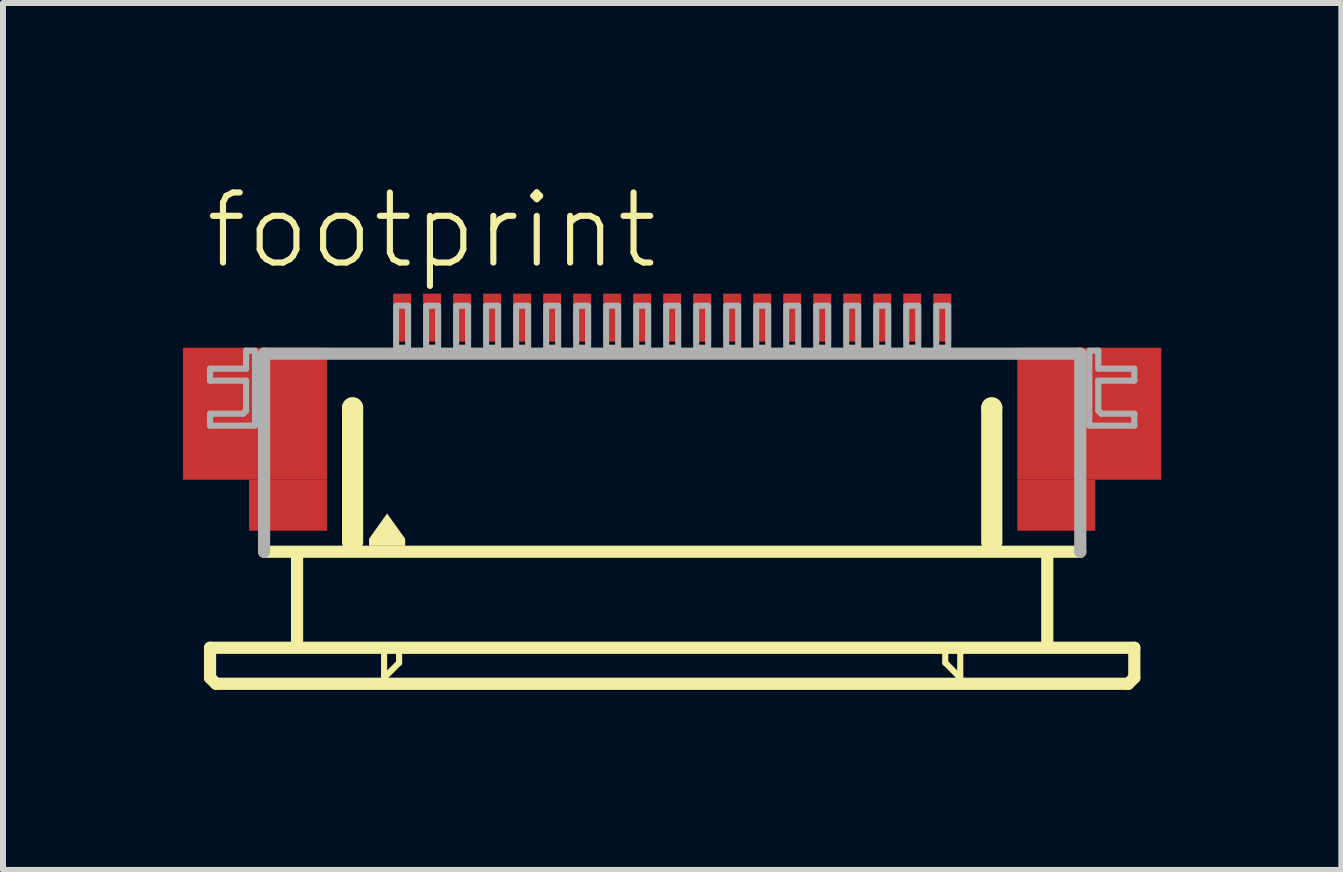
<source format=kicad_pcb>
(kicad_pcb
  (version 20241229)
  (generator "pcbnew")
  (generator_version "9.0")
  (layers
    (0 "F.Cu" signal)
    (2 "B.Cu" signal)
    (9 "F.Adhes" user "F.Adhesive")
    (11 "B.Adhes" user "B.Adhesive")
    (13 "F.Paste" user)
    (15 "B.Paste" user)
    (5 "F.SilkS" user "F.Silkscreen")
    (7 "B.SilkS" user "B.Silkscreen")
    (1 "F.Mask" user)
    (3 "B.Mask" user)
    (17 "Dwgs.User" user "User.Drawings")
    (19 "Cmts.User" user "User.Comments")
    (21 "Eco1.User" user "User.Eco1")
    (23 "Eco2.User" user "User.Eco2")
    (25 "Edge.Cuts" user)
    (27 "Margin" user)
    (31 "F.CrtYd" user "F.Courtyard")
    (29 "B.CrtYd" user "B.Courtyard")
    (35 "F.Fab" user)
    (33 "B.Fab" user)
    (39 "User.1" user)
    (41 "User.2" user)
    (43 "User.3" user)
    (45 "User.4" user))
  (footprint "footprint"
    (layer "F.Cu")
    (at 8.15 4.743)
    (property "Reference" "footprint" (at -7.83 -3.27 0) (layer "F.SilkS") (effects (font (size 1.168 1.168) (thickness 0.102)) (justify left bottom)))
    (fp_poly (pts (xy -8.15 0.2) (xy -5.75 0.2) (xy -5.75 -2) (xy -8.15 -2)) (stroke (width 0) (type solid)) (fill yes) (layer "F.Cu"))
    (fp_poly (pts (xy -7.05 1.05) (xy -5.75 1.05) (xy -5.75 0.2) (xy -7.05 0.2)) (stroke (width 0) (type solid)) (fill yes) (layer "F.Cu"))
    (fp_poly (pts (xy 5.75 0.2) (xy 8.15 0.2) (xy 8.15 -2) (xy 5.75 -2)) (stroke (width 0) (type solid)) (fill yes) (layer "F.Cu"))
    (fp_poly (pts (xy 5.75 1.05) (xy 7.05 1.05) (xy 7.05 0.2) (xy 5.75 0.2)) (stroke (width 0) (type solid)) (fill yes) (layer "F.Cu"))
    (fp_poly (pts (xy -8.15 0.2) (xy -7 0.2) (xy -7 -2) (xy -8.15 -2)) (stroke (width 0) (type solid)) (fill yes) (layer "F.Mask"))
    (fp_poly (pts (xy -7.05 1.05) (xy -5.75 1.05) (xy -5.75 -2) (xy -7.05 -2)) (stroke (width 0) (type solid)) (fill yes) (layer "F.Mask"))
    (fp_poly (pts (xy 7.05 -2) (xy 5.75 -2) (xy 5.75 1.05) (xy 7.05 1.05)) (stroke (width 0) (type solid)) (fill yes) (layer "F.Mask"))
    (fp_poly (pts (xy 8.15 -2) (xy 7 -2) (xy 7 0.2) (xy 8.15 0.2)) (stroke (width 0) (type solid)) (fill yes) (layer "F.Mask"))
    (fp_line (start -7.7 3) (end -7.7 3.5) (stroke (width 0.203) (type solid)) (layer "F.SilkS"))
    (fp_line (start -7.7 3.5) (end -7.6 3.6) (stroke (width 0.203) (type solid)) (layer "F.SilkS"))
    (fp_line (start -7.6 3.6) (end 7.6 3.6) (stroke (width 0.203) (type solid)) (layer "F.SilkS"))
    (fp_line (start -6.25 1.5) (end -6.25 2.9) (stroke (width 0.203) (type solid)) (layer "F.SilkS"))
    (fp_line (start -5.4 1.25) (end -5.4 -1) (stroke (width 0.203) (type solid)) (layer "F.SilkS"))
    (fp_line (start -5.25 -1) (end -5.25 1.25) (stroke (width 0.203) (type solid)) (layer "F.SilkS"))
    (fp_line (start -4.8 3.1) (end -4.8 3.5) (stroke (width 0.102) (type solid)) (layer "F.SilkS"))
    (fp_line (start -4.8 3.5) (end -4.55 3.25) (stroke (width 0.102) (type solid)) (layer "F.SilkS"))
    (fp_line (start -4.55 3.25) (end -4.55 3.1) (stroke (width 0.102) (type solid)) (layer "F.SilkS"))
    (fp_line (start 4.55 3.1) (end 4.55 3.25) (stroke (width 0.102) (type solid)) (layer "F.SilkS"))
    (fp_line (start 4.55 3.25) (end 4.8 3.5) (stroke (width 0.102) (type solid)) (layer "F.SilkS"))
    (fp_line (start 4.8 3.5) (end 4.8 3.1) (stroke (width 0.102) (type solid)) (layer "F.SilkS"))
    (fp_line (start 5.25 1.25) (end 5.25 -1) (stroke (width 0.203) (type solid)) (layer "F.SilkS"))
    (fp_line (start 5.4 -1) (end 5.4 1.25) (stroke (width 0.203) (type solid)) (layer "F.SilkS"))
    (fp_line (start 6.25 1.5) (end 6.25 2.9) (stroke (width 0.203) (type solid)) (layer "F.SilkS"))
    (fp_line (start 6.8 1.4) (end -6.8 1.4) (stroke (width 0.203) (type solid)) (layer "F.SilkS"))
    (fp_line (start 7.6 3.6) (end 7.7 3.5) (stroke (width 0.203) (type solid)) (layer "F.SilkS"))
    (fp_line (start 7.7 3) (end -7.7 3) (stroke (width 0.203) (type solid)) (layer "F.SilkS"))
    (fp_line (start 7.7 3.5) (end 7.7 3) (stroke (width 0.203) (type solid)) (layer "F.SilkS"))
    (fp_arc (start -5.4 -1) (mid -5.325 -1.075) (end -5.25 -1) (stroke (width 0.2032) (type solid)) (layer "F.SilkS"))
    (fp_arc (start 5.25 -1) (mid 5.325 -1.075) (end 5.4 -1) (stroke (width 0.2032) (type solid)) (layer "F.SilkS"))
    (fp_poly (pts (xy -4.449 1.184) (xy -4.449 1.301) (xy -5.051 1.301) (xy -5.051 1.184) (xy -4.75 0.763)) (stroke (width 0) (type solid)) (fill yes) (layer "F.SilkS"))
    (fp_poly (pts (xy -7.95 0.05) (xy -5.95 0.05) (xy -5.95 -1.85) (xy -7.95 -1.85)) (stroke (width 0) (type solid)) (fill yes) (layer "F.Paste"))
    (fp_poly (pts (xy 7.95 -1.85) (xy 5.95 -1.85) (xy 5.95 0.05) (xy 7.95 0.05)) (stroke (width 0) (type solid)) (fill yes) (layer "F.Paste"))
    (fp_line (start -7.7 -1.65) (end -7.7 -1.45) (stroke (width 0.102) (type solid)) (layer "F.Fab"))
    (fp_line (start -7.7 -1.45) (end -7.1 -1.45) (stroke (width 0.102) (type solid)) (layer "F.Fab"))
    (fp_line (start -7.7 -0.9) (end -7.7 -0.7) (stroke (width 0.102) (type solid)) (layer "F.Fab"))
    (fp_line (start -7.7 -0.7) (end -6.95 -0.7) (stroke (width 0.102) (type solid)) (layer "F.Fab"))
    (fp_line (start -7.15 -0.9) (end -7.7 -0.9) (stroke (width 0.102) (type solid)) (layer "F.Fab"))
    (fp_line (start -7.1 -1.95) (end -7.1 -1.65) (stroke (width 0.102) (type solid)) (layer "F.Fab"))
    (fp_line (start -7.1 -1.65) (end -7.7 -1.65) (stroke (width 0.102) (type solid)) (layer "F.Fab"))
    (fp_line (start -7.1 -1.45) (end -7.1 -0.95) (stroke (width 0.102) (type solid)) (layer "F.Fab"))
    (fp_line (start -7.1 -0.95) (end -7.15 -0.9) (stroke (width 0.102) (type solid)) (layer "F.Fab"))
    (fp_line (start -6.95 -1.95) (end -7.1 -1.95) (stroke (width 0.102) (type solid)) (layer "F.Fab"))
    (fp_line (start -6.95 -0.7) (end -6.95 -1.9) (stroke (width 0.102) (type solid)) (layer "F.Fab"))
    (fp_line (start -6.8 -1.9) (end 6.8 -1.9) (stroke (width 0.203) (type solid)) (layer "F.Fab"))
    (fp_line (start -6.8 1.4) (end -6.8 -1.9) (stroke (width 0.203) (type solid)) (layer "F.Fab"))
    (fp_line (start 6.8 -1.9) (end 6.8 1.4) (stroke (width 0.203) (type solid)) (layer "F.Fab"))
    (fp_line (start 6.95 -1.95) (end 7.1 -1.95) (stroke (width 0.102) (type solid)) (layer "F.Fab"))
    (fp_line (start 6.95 -0.7) (end 6.95 -1.9) (stroke (width 0.102) (type solid)) (layer "F.Fab"))
    (fp_line (start 7.1 -1.95) (end 7.1 -1.65) (stroke (width 0.102) (type solid)) (layer "F.Fab"))
    (fp_line (start 7.1 -1.65) (end 7.7 -1.65) (stroke (width 0.102) (type solid)) (layer "F.Fab"))
    (fp_line (start 7.1 -1.45) (end 7.1 -0.95) (stroke (width 0.102) (type solid)) (layer "F.Fab"))
    (fp_line (start 7.1 -0.95) (end 7.15 -0.9) (stroke (width 0.102) (type solid)) (layer "F.Fab"))
    (fp_line (start 7.15 -0.9) (end 7.7 -0.9) (stroke (width 0.102) (type solid)) (layer "F.Fab"))
    (fp_line (start 7.7 -1.65) (end 7.7 -1.45) (stroke (width 0.102) (type solid)) (layer "F.Fab"))
    (fp_line (start 7.7 -1.45) (end 7.1 -1.45) (stroke (width 0.102) (type solid)) (layer "F.Fab"))
    (fp_line (start 7.7 -0.9) (end 7.7 -0.7) (stroke (width 0.102) (type solid)) (layer "F.Fab"))
    (fp_line (start 7.7 -0.7) (end 6.95 -0.7) (stroke (width 0.102) (type solid)) (layer "F.Fab"))
    (fp_poly (pts (xy -4.6 -2) (xy -4.4 -2) (xy -4.4 -2.7) (xy -4.6 -2.7)) (stroke (width 0.1) (type solid)) (fill no) (layer "F.Fab"))
    (fp_poly (pts (xy -4.1 -2) (xy -3.9 -2) (xy -3.9 -2.7) (xy -4.1 -2.7)) (stroke (width 0.1) (type solid)) (fill no) (layer "F.Fab"))
    (fp_poly (pts (xy -3.6 -2) (xy -3.4 -2) (xy -3.4 -2.7) (xy -3.6 -2.7)) (stroke (width 0.1) (type solid)) (fill no) (layer "F.Fab"))
    (fp_poly (pts (xy -3.1 -2) (xy -2.9 -2) (xy -2.9 -2.7) (xy -3.1 -2.7)) (stroke (width 0.1) (type solid)) (fill no) (layer "F.Fab"))
    (fp_poly (pts (xy -2.6 -2) (xy -2.4 -2) (xy -2.4 -2.7) (xy -2.6 -2.7)) (stroke (width 0.1) (type solid)) (fill no) (layer "F.Fab"))
    (fp_poly (pts (xy -2.1 -2) (xy -1.9 -2) (xy -1.9 -2.7) (xy -2.1 -2.7)) (stroke (width 0.1) (type solid)) (fill no) (layer "F.Fab"))
    (fp_poly (pts (xy -1.6 -2) (xy -1.4 -2) (xy -1.4 -2.7) (xy -1.6 -2.7)) (stroke (width 0.1) (type solid)) (fill no) (layer "F.Fab"))
    (fp_poly (pts (xy -1.1 -2) (xy -0.9 -2) (xy -0.9 -2.7) (xy -1.1 -2.7)) (stroke (width 0.1) (type solid)) (fill no) (layer "F.Fab"))
    (fp_poly (pts (xy -0.6 -2) (xy -0.4 -2) (xy -0.4 -2.7) (xy -0.6 -2.7)) (stroke (width 0.1) (type solid)) (fill no) (layer "F.Fab"))
    (fp_poly (pts (xy -0.1 -2) (xy 0.1 -2) (xy 0.1 -2.7) (xy -0.1 -2.7)) (stroke (width 0.1) (type solid)) (fill no) (layer "F.Fab"))
    (fp_poly (pts (xy 0.4 -2) (xy 0.6 -2) (xy 0.6 -2.7) (xy 0.4 -2.7)) (stroke (width 0.1) (type solid)) (fill no) (layer "F.Fab"))
    (fp_poly (pts (xy 0.9 -2) (xy 1.1 -2) (xy 1.1 -2.7) (xy 0.9 -2.7)) (stroke (width 0.1) (type solid)) (fill no) (layer "F.Fab"))
    (fp_poly (pts (xy 1.4 -2) (xy 1.6 -2) (xy 1.6 -2.7) (xy 1.4 -2.7)) (stroke (width 0.1) (type solid)) (fill no) (layer "F.Fab"))
    (fp_poly (pts (xy 1.9 -2) (xy 2.1 -2) (xy 2.1 -2.7) (xy 1.9 -2.7)) (stroke (width 0.1) (type solid)) (fill no) (layer "F.Fab"))
    (fp_poly (pts (xy 2.4 -2) (xy 2.6 -2) (xy 2.6 -2.7) (xy 2.4 -2.7)) (stroke (width 0.1) (type solid)) (fill no) (layer "F.Fab"))
    (fp_poly (pts (xy 2.9 -2) (xy 3.1 -2) (xy 3.1 -2.7) (xy 2.9 -2.7)) (stroke (width 0.1) (type solid)) (fill no) (layer "F.Fab"))
    (fp_poly (pts (xy 3.4 -2) (xy 3.6 -2) (xy 3.6 -2.7) (xy 3.4 -2.7)) (stroke (width 0.1) (type solid)) (fill no) (layer "F.Fab"))
    (fp_poly (pts (xy 3.9 -2) (xy 4.1 -2) (xy 4.1 -2.7) (xy 3.9 -2.7)) (stroke (width 0.1) (type solid)) (fill no) (layer "F.Fab"))
    (fp_poly (pts (xy 4.4 -2) (xy 4.6 -2) (xy 4.6 -2.7) (xy 4.4 -2.7)) (stroke (width 0.1) (type solid)) (fill no) (layer "F.Fab"))
    (pad "1" smd rect (at -4.5 -2.5) (size 0.3 0.8) (layers "F.Cu" "F.Mask" "F.Paste"))
    (pad "2" smd rect (at -4 -2.5) (size 0.3 0.8) (layers "F.Cu" "F.Mask" "F.Paste"))
    (pad "3" smd rect (at -3.5 -2.5) (size 0.3 0.8) (layers "F.Cu" "F.Mask" "F.Paste"))
    (pad "4" smd rect (at -3 -2.5) (size 0.3 0.8) (layers "F.Cu" "F.Mask" "F.Paste"))
    (pad "5" smd rect (at -2.5 -2.5) (size 0.3 0.8) (layers "F.Cu" "F.Mask" "F.Paste"))
    (pad "6" smd rect (at -2 -2.5) (size 0.3 0.8) (layers "F.Cu" "F.Mask" "F.Paste"))
    (pad "7" smd rect (at -1.5 -2.5) (size 0.3 0.8) (layers "F.Cu" "F.Mask" "F.Paste"))
    (pad "8" smd rect (at -1 -2.5) (size 0.3 0.8) (layers "F.Cu" "F.Mask" "F.Paste"))
    (pad "9" smd rect (at -0.5 -2.5) (size 0.3 0.8) (layers "F.Cu" "F.Mask" "F.Paste"))
    (pad "10" smd rect (at 0 -2.5) (size 0.3 0.8) (layers "F.Cu" "F.Mask" "F.Paste"))
    (pad "11" smd rect (at 0.5 -2.5) (size 0.3 0.8) (layers "F.Cu" "F.Mask" "F.Paste"))
    (pad "12" smd rect (at 1 -2.5) (size 0.3 0.8) (layers "F.Cu" "F.Mask" "F.Paste"))
    (pad "13" smd rect (at 1.5 -2.5) (size 0.3 0.8) (layers "F.Cu" "F.Mask" "F.Paste"))
    (pad "14" smd rect (at 2 -2.5) (size 0.3 0.8) (layers "F.Cu" "F.Mask" "F.Paste"))
    (pad "15" smd rect (at 2.5 -2.5) (size 0.3 0.8) (layers "F.Cu" "F.Mask" "F.Paste"))
    (pad "16" smd rect (at 3 -2.5) (size 0.3 0.8) (layers "F.Cu" "F.Mask" "F.Paste"))
    (pad "17" smd rect (at 3.5 -2.5) (size 0.3 0.8) (layers "F.Cu" "F.Mask" "F.Paste"))
    (pad "18" smd rect (at 4 -2.5) (size 0.3 0.8) (layers "F.Cu" "F.Mask" "F.Paste"))
    (pad "19" smd rect (at 4.5 -2.5) (size 0.3 0.8) (layers "F.Cu" "F.Mask" "F.Paste")))
  (gr_rect
    (start -3 -3)
    (end 19.3 11.445)
    (stroke (width 0.1) (type default))
    (fill no)
    (layer "Edge.Cuts")))
</source>
